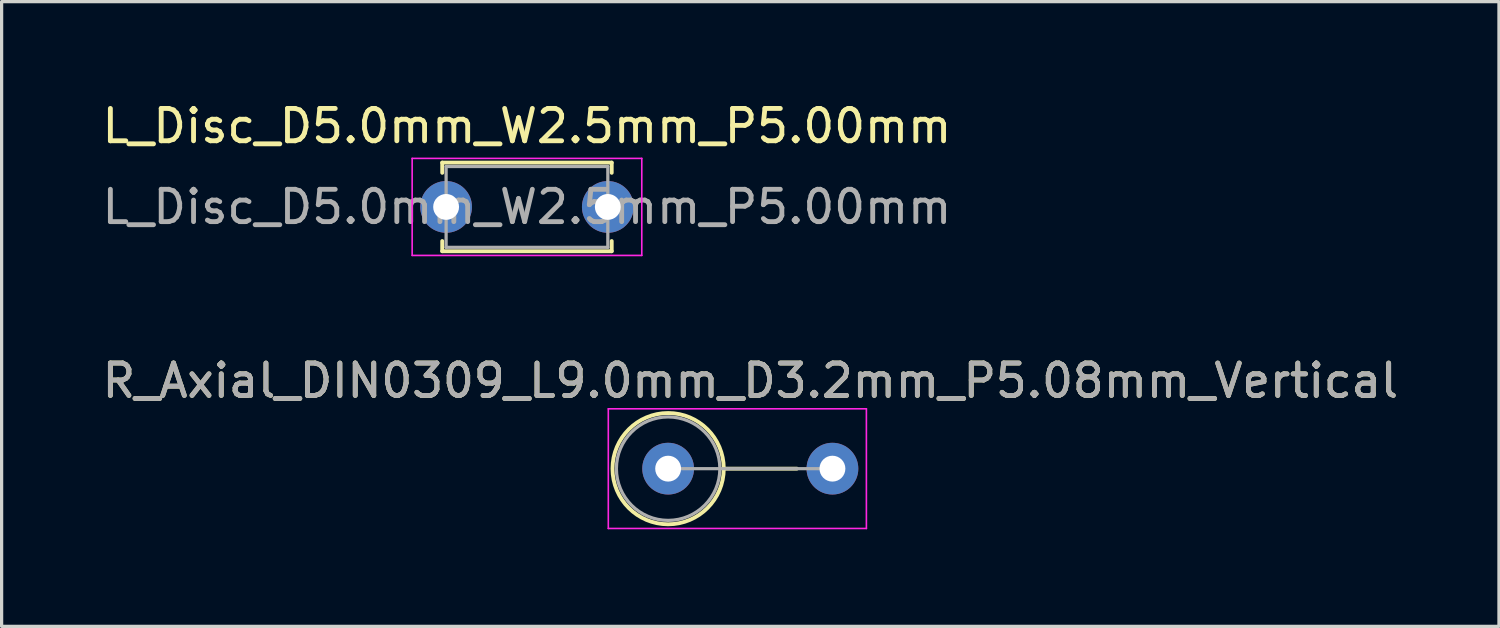
<source format=kicad_pcb>
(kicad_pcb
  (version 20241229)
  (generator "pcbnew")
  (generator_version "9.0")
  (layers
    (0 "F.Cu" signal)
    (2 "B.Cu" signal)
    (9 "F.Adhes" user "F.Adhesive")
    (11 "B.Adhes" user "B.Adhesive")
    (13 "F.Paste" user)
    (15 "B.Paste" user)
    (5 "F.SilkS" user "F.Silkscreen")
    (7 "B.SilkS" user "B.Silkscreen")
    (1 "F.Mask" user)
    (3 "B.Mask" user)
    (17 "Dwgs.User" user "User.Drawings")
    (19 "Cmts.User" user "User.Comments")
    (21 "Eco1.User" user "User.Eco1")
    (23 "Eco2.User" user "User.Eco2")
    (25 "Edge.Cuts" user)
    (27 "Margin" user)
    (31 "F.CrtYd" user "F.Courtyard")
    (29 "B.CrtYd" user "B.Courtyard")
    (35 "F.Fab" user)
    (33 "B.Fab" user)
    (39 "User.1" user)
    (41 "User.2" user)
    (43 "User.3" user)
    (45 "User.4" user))
  (footprint "R_Axial_DIN0309_L9.0mm_D3.2mm_P5.08mm_Vertical"
    (layer "F.Cu")
    (at 17.609 11.441)
    (property "Reference" "R_Axial_DIN0309_L9.0mm_D3.2mm_P5.08mm_Vertical" (at 2.54 -2.72 0) (layer "F.SilkS") (effects (font (size 1 1) (thickness 0.15))))
    (attr through_hole)
    (fp_line (start 1.72 0) (end 3.98 0) (stroke (width 0.12) (type solid)) (layer "F.SilkS"))
    (fp_circle (center 0 0) (end 1.72 0) (stroke (width 0.12) (type solid)) (fill no) (layer "F.SilkS"))
    (fp_line (start -1.85 -1.85) (end -1.85 1.85) (stroke (width 0.05) (type solid)) (layer "F.CrtYd"))
    (fp_line (start -1.85 1.85) (end 6.13 1.85) (stroke (width 0.05) (type solid)) (layer "F.CrtYd"))
    (fp_line (start 6.13 -1.85) (end -1.85 -1.85) (stroke (width 0.05) (type solid)) (layer "F.CrtYd"))
    (fp_line (start 6.13 1.85) (end 6.13 -1.85) (stroke (width 0.05) (type solid)) (layer "F.CrtYd"))
    (fp_line (start 0 0) (end 5.08 0) (stroke (width 0.1) (type solid)) (layer "F.Fab"))
    (fp_circle (center 0 0) (end 1.6 0) (stroke (width 0.1) (type solid)) (fill no) (layer "F.Fab"))
    (fp_text user "${REFERENCE}" (at 2.54 -2.72 0) (layer "F.Fab") (effects (font (size 1 1) (thickness 0.15))))
    (pad "1" thru_hole circle (at 0 0) (size 1.6 1.6) (drill 0.8) (layers "*.Cu" "*.Mask"))
    (pad "2" thru_hole oval (at 5.08 0) (size 1.6 1.6) (drill 0.8) (layers "*.Cu" "*.Mask")))
  (footprint "L_Disc_D5.0mm_W2.5mm_P5.00mm"
    (layer "F.Cu")
    (at 10.744 3.348)
    (property "Reference" "L_Disc_D5.0mm_W2.5mm_P5.00mm" (at 2.5 -2.5 0) (layer "F.SilkS") (effects (font (size 1 1) (thickness 0.15))))
    (attr through_hole)
    (fp_line (start -0.12 -1.37) (end -0.12 -1.055) (stroke (width 0.12) (type solid)) (layer "F.SilkS"))
    (fp_line (start -0.12 -1.37) (end 5.12 -1.37) (stroke (width 0.12) (type solid)) (layer "F.SilkS"))
    (fp_line (start -0.12 1.055) (end -0.12 1.37) (stroke (width 0.12) (type solid)) (layer "F.SilkS"))
    (fp_line (start -0.12 1.37) (end 5.12 1.37) (stroke (width 0.12) (type solid)) (layer "F.SilkS"))
    (fp_line (start 5.12 -1.37) (end 5.12 -1.055) (stroke (width 0.12) (type solid)) (layer "F.SilkS"))
    (fp_line (start 5.12 1.055) (end 5.12 1.37) (stroke (width 0.12) (type solid)) (layer "F.SilkS"))
    (fp_line (start -1.05 -1.5) (end -1.05 1.5) (stroke (width 0.05) (type solid)) (layer "F.CrtYd"))
    (fp_line (start -1.05 1.5) (end 6.05 1.5) (stroke (width 0.05) (type solid)) (layer "F.CrtYd"))
    (fp_line (start 6.05 -1.5) (end -1.05 -1.5) (stroke (width 0.05) (type solid)) (layer "F.CrtYd"))
    (fp_line (start 6.05 1.5) (end 6.05 -1.5) (stroke (width 0.05) (type solid)) (layer "F.CrtYd"))
    (fp_line (start 0 -1.25) (end 0 1.25) (stroke (width 0.1) (type solid)) (layer "F.Fab"))
    (fp_line (start 0 1.25) (end 5 1.25) (stroke (width 0.1) (type solid)) (layer "F.Fab"))
    (fp_line (start 5 -1.25) (end 0 -1.25) (stroke (width 0.1) (type solid)) (layer "F.Fab"))
    (fp_line (start 5 1.25) (end 5 -1.25) (stroke (width 0.1) (type solid)) (layer "F.Fab"))
    (fp_text user "${REFERENCE}" (at 2.5 0 0) (layer "F.Fab") (effects (font (size 1 1) (thickness 0.15))))
    (pad "1" thru_hole circle (at 0 0) (size 1.6 1.6) (drill 0.8) (layers "*.Cu" "*.Mask"))
    (pad "2" thru_hole circle (at 5 0) (size 1.6 1.6) (drill 0.8) (layers "*.Cu" "*.Mask")))
  (gr_rect
    (start -3 -3)
    (end 43.298 16.317)
    (stroke (width 0.1) (type default))
    (fill no)
    (layer "Edge.Cuts")))
</source>
